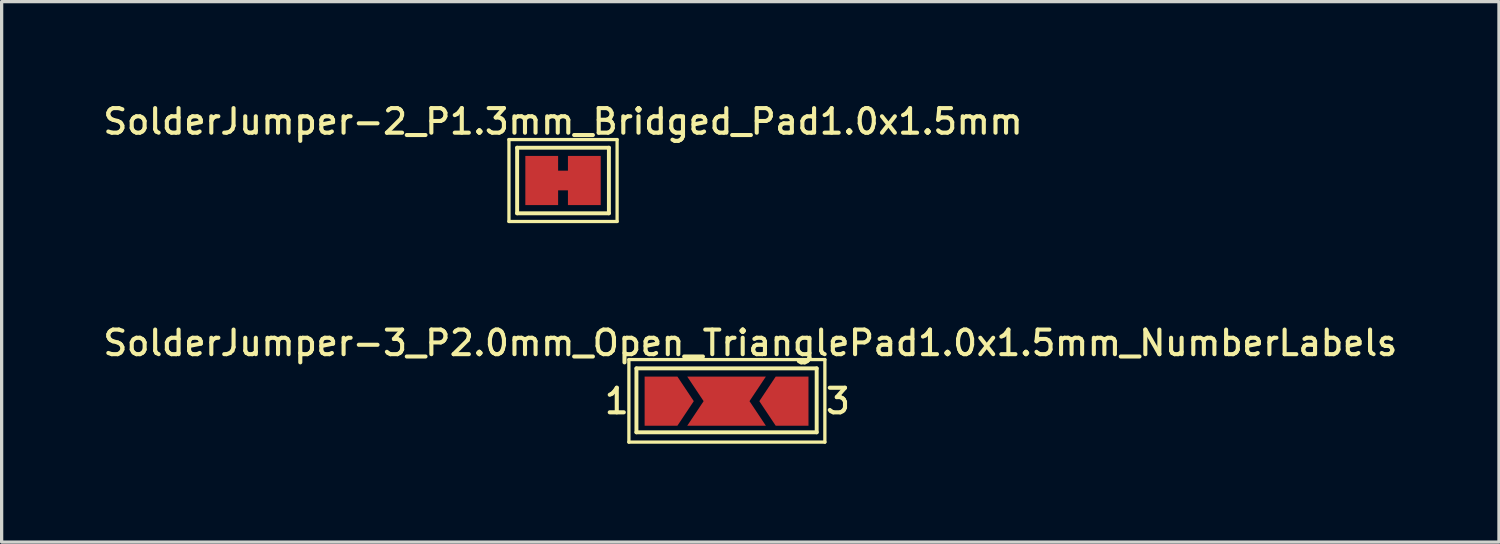
<source format=kicad_pcb>
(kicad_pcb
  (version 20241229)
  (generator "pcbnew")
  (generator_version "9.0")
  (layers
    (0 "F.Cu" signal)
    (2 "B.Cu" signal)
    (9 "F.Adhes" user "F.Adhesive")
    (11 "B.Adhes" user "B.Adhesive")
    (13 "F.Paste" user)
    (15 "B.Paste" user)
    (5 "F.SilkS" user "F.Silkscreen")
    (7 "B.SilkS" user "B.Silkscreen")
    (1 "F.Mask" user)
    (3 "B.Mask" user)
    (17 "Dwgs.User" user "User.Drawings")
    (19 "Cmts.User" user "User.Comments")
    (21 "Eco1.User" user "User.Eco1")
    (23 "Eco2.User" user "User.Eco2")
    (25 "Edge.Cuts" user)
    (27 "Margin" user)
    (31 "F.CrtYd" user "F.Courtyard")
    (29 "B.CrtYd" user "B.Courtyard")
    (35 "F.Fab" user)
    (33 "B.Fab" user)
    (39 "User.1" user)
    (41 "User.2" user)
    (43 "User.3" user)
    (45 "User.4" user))
  (footprint "SolderJumper-2_P1.3mm_Bridged_Pad1.0x1.5mm"
    (layer "F.Cu")
    (at 14.13 2.458)
    (property "Reference" "SolderJumper-2_P1.3mm_Bridged_Pad1.0x1.5mm" (at 0 -1.8 0) (layer "F.SilkS") (effects (font (size 0.75 0.75) (thickness 0.125))))
    (attr exclude_from_pos_files exclude_from_bom)
    (fp_poly (pts (xy -0.25 -0.3) (xy 0.25 -0.3) (xy 0.25 0.3) (xy -0.25 0.3)) (stroke (width 0) (type solid)) (fill yes) (layer "F.Cu"))
    (fp_line (start -1.65 -1.25) (end -1.65 1.25) (stroke (width 0.1) (type solid)) (layer "F.SilkS"))
    (fp_line (start -1.65 -1.25) (end 1.65 -1.25) (stroke (width 0.1) (type solid)) (layer "F.SilkS"))
    (fp_line (start -1.4 -1) (end 1.4 -1) (stroke (width 0.12) (type solid)) (layer "F.SilkS"))
    (fp_line (start -1.4 1) (end -1.4 -1) (stroke (width 0.12) (type solid)) (layer "F.SilkS"))
    (fp_line (start 1.4 -1) (end 1.4 1) (stroke (width 0.12) (type solid)) (layer "F.SilkS"))
    (fp_line (start 1.4 1) (end -1.4 1) (stroke (width 0.12) (type solid)) (layer "F.SilkS"))
    (fp_line (start 1.65 1.25) (end -1.65 1.25) (stroke (width 0.1) (type solid)) (layer "F.SilkS"))
    (fp_line (start 1.65 1.25) (end 1.65 -1.25) (stroke (width 0.1) (type solid)) (layer "F.SilkS"))
    (pad "1" smd rect (at -0.65 0) (size 1 1.5) (layers "F.Cu" "F.Mask"))
    (pad "2" smd rect (at 0.65 0) (size 1 1.5) (layers "F.Cu" "F.Mask")))
  (footprint "SolderJumper-3_P2.0mm_Open_TrianglePad1.0x1.5mm_NumberLabels"
    (layer "F.Cu")
    (at 19.12 9.191)
    (property "Reference" "SolderJumper-3_P2.0mm_Open_TrianglePad1.0x1.5mm_NumberLabels" (at 0.725 -1.775 0) (layer "F.SilkS") (effects (font (size 0.75 0.75) (thickness 0.125))))
    (attr exclude_from_pos_files exclude_from_bom)
    (fp_line (start -2.98 -1.27) (end -2.98 1.25) (stroke (width 0.1) (type solid)) (layer "F.SilkS"))
    (fp_line (start -2.98 -1.27) (end 3 -1.27) (stroke (width 0.1) (type solid)) (layer "F.SilkS"))
    (fp_line (start -2.75 -1) (end 2.75 -1) (stroke (width 0.12) (type solid)) (layer "F.SilkS"))
    (fp_line (start -2.75 0.95) (end -2.75 -1) (stroke (width 0.12) (type solid)) (layer "F.SilkS"))
    (fp_line (start 2.75 -1) (end 2.75 0.95) (stroke (width 0.12) (type solid)) (layer "F.SilkS"))
    (fp_line (start 2.75 0.95) (end -2.75 0.95) (stroke (width 0.12) (type solid)) (layer "F.SilkS"))
    (fp_line (start 3 1.25) (end -2.98 1.25) (stroke (width 0.1) (type solid)) (layer "F.SilkS"))
    (fp_line (start 3 1.25) (end 3 -1.27) (stroke (width 0.1) (type solid)) (layer "F.SilkS"))
    (fp_text user "1" (at -3.35 0 0) (layer "F.SilkS") (effects (font (size 0.75 0.75) (thickness 0.125))))
    (fp_text user "3" (at 3.4 0 0) (layer "F.SilkS") (effects (font (size 0.75 0.75) (thickness 0.125))))
    (pad "" smd rect (at -1.2 0) (size 1.5 1.5) (layers "F.Mask"))
    (pad "" smd rect (at 1.2 0) (size 1.5 1.5) (layers "F.Mask"))
    (pad "1" smd custom (at -2 0) (size 0.3 0.3) (layers "F.Cu" "F.Mask") (options (anchor rect)) (primitives (gr_poly (pts (xy 1 0) (xy 0.5 0.75) (xy -0.5 0.75) (xy -0.5 -0.75) (xy 0.5 -0.75)) (width 0) (fill yes))))
    (pad "2" smd custom (at 0 0) (size 0.3 0.3) (layers "F.Cu") (options (anchor rect)) (primitives (gr_poly (pts (xy 0.7 0) (xy 1.2 0.75) (xy -1.2 0.75) (xy -0.7 0) (xy -1.2 -0.75) (xy 1.2 -0.75)) (width 0) (fill yes))))
    (pad "3" smd custom (at 2 0 180) (size 0.3 0.3) (layers "F.Cu" "F.Mask") (options (anchor rect)) (primitives (gr_poly (pts (xy 1 0) (xy 0.5 0.75) (xy -0.5 0.75) (xy -0.5 -0.75) (xy 0.5 -0.75)) (width 0) (fill yes)))))
  (gr_rect
    (start -3 -3)
    (end 42.689 13.491)
    (stroke (width 0.1) (type default))
    (fill no)
    (layer "Edge.Cuts")))
</source>
